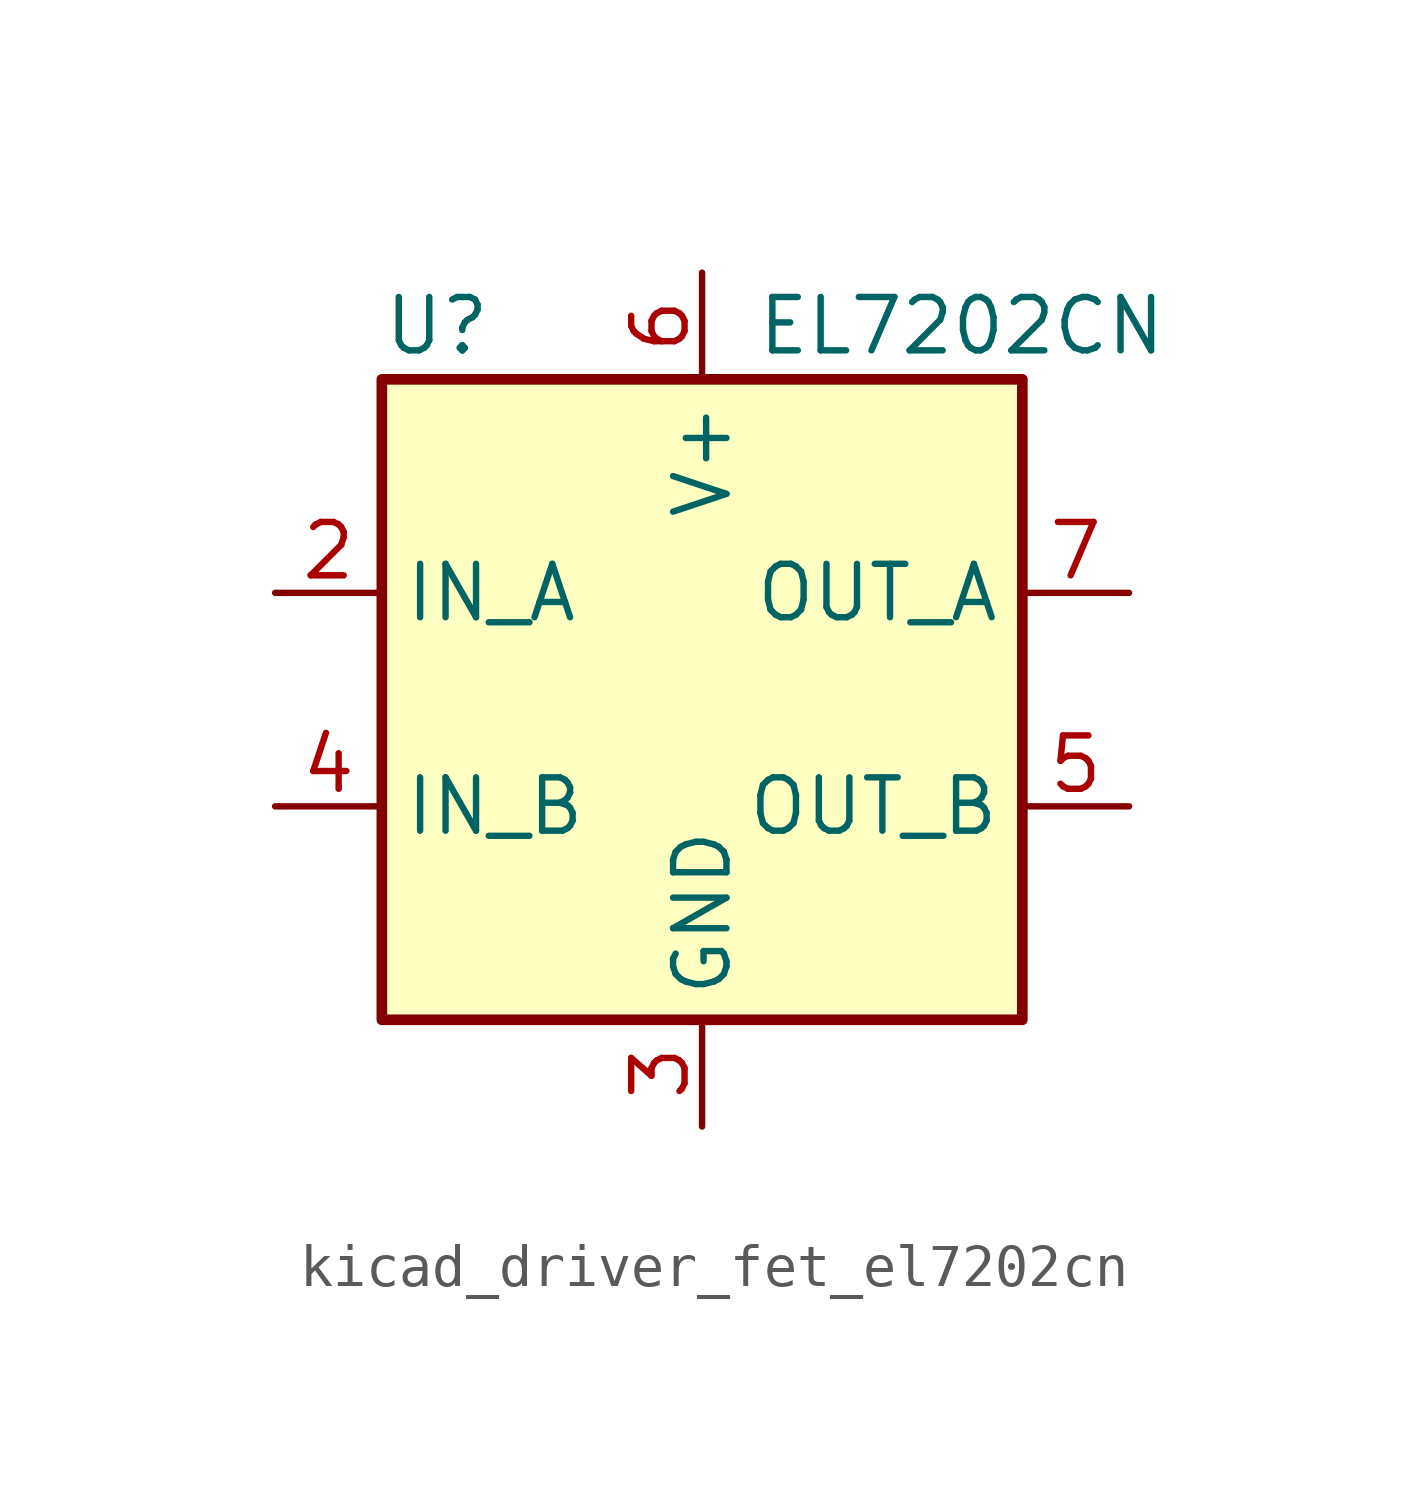
<source format=kicad_sym>
(kicad_symbol_lib
  (version 20220914)
  (generator kicad_symbol_editor)
  (symbol "kicad_driver_fet_el7202cn"
    (property "Reference" "U"
      (at -7.62 8.89 0)
      (effects (font (size 1.27 1.27)) (justify left)))
    (property "Value" "EL7202CN"
      (at 1.27 8.89 0)
      (effects (font (size 1.27 1.27)) (justify left)))
    (symbol "kicad_driver_fet_el7202cn_0_1"
      (rectangle (start -7.62 -7.62) (end 7.62 7.62) (stroke (width 0.254) (type default)) (fill (type background))))
    (symbol "kicad_driver_fet_el7202cn_1_1"
      (pin no_connect line (at -7.62 0 0) (length 2.54) hide (name "NC" (effects (font (size 1.27 1.27)))) (number "1" (effects (font (size 1.27 1.27)))))
      (pin input line (at -10.16 2.54 0) (length 2.54) (name "IN_A" (effects (font (size 1.27 1.27)))) (number "2" (effects (font (size 1.27 1.27)))))
      (pin power_in line (at 0 -10.16 90) (length 2.54) (name "GND" (effects (font (size 1.27 1.27)))) (number "3" (effects (font (size 1.27 1.27)))))
      (pin input line (at -10.16 -2.54 0) (length 2.54) (name "IN_B" (effects (font (size 1.27 1.27)))) (number "4" (effects (font (size 1.27 1.27)))))
      (pin output line (at 10.16 -2.54 180) (length 2.54) (name "OUT_B" (effects (font (size 1.27 1.27)))) (number "5" (effects (font (size 1.27 1.27)))))
      (pin power_in line (at 0 10.16 270) (length 2.54) (name "V+" (effects (font (size 1.27 1.27)))) (number "6" (effects (font (size 1.27 1.27)))))
      (pin output line (at 10.16 2.54 180) (length 2.54) (name "OUT_A" (effects (font (size 1.27 1.27)))) (number "7" (effects (font (size 1.27 1.27)))))
      (pin no_connect line (at 7.62 0 180) (length 2.54) hide (name "NC" (effects (font (size 1.27 1.27)))) (number "8" (effects (font (size 1.27 1.27))))))))
</source>
